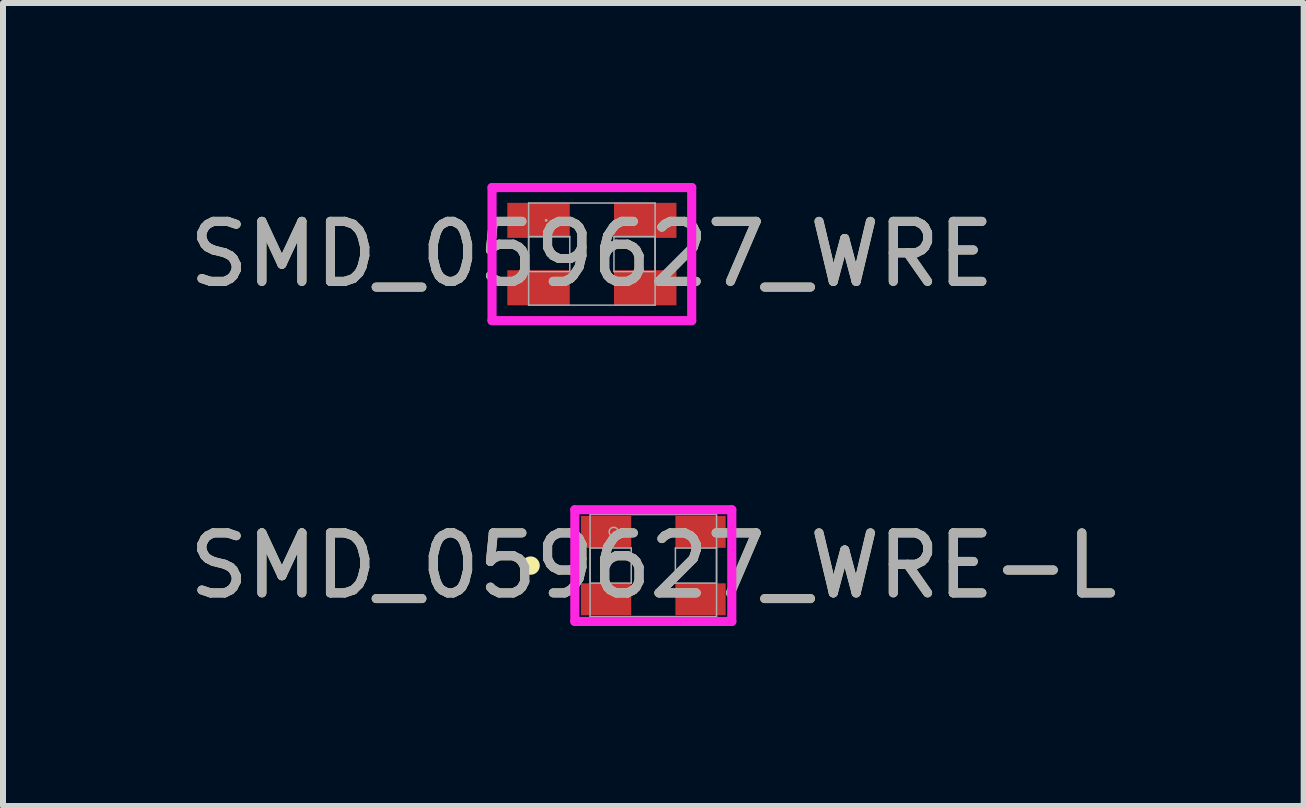
<source format=kicad_pcb>
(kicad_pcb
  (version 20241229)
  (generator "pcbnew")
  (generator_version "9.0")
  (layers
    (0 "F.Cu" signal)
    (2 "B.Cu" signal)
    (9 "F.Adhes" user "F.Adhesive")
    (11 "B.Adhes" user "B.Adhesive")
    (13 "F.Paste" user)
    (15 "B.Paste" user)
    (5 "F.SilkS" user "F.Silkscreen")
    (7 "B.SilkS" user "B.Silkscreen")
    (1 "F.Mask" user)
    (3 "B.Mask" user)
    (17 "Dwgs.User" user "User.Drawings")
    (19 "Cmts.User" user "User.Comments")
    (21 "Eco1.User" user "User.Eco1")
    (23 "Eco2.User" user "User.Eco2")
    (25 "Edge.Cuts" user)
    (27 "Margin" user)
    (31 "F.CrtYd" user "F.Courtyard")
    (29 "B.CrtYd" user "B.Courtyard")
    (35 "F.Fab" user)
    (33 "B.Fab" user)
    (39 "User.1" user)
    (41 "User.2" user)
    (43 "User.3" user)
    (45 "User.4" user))
  (footprint "SMD_059627_WRE-L"
    (layer "F.Cu")
    (at 7.839 6.377)
    (property "Reference" "SMD_059627_WRE-L" (at 0 0 0) (unlocked yes) (layer "F.SilkS") (effects (font (size 1 1) (thickness 0.15))))
    (attr smd)
    (fp_circle (center -2.045 0) (end -1.968 0) (stroke (width 0.152) (type solid)) (fill no) (layer "F.SilkS"))
    (fp_line (start -1.308 -0.931) (end 1.308 -0.931) (stroke (width 0.152) (type solid)) (layer "F.CrtYd"))
    (fp_line (start -1.308 0.931) (end -1.308 -0.931) (stroke (width 0.152) (type solid)) (layer "F.CrtYd"))
    (fp_line (start 1.308 -0.931) (end 1.308 0.931) (stroke (width 0.152) (type solid)) (layer "F.CrtYd"))
    (fp_line (start 1.308 0.931) (end -1.308 0.931) (stroke (width 0.152) (type solid)) (layer "F.CrtYd"))
    (fp_line (start -1.054 -0.851) (end -1.054 0.851) (stroke (width 0.025) (type solid)) (layer "F.Fab"))
    (fp_line (start -1.054 -0.292) (end -1.054 0.292) (stroke (width 0.025) (type solid)) (layer "F.Fab"))
    (fp_line (start -1.054 0.292) (end -0.368 0.292) (stroke (width 0.025) (type solid)) (layer "F.Fab"))
    (fp_line (start -1.054 0.851) (end 1.054 0.851) (stroke (width 0.025) (type solid)) (layer "F.Fab"))
    (fp_line (start -0.368 -0.292) (end -1.054 -0.292) (stroke (width 0.025) (type solid)) (layer "F.Fab"))
    (fp_line (start -0.368 0.292) (end -0.368 -0.292) (stroke (width 0.025) (type solid)) (layer "F.Fab"))
    (fp_line (start 0.368 -0.292) (end 0.368 0.292) (stroke (width 0.025) (type solid)) (layer "F.Fab"))
    (fp_line (start 0.368 0.292) (end 1.054 0.292) (stroke (width 0.025) (type solid)) (layer "F.Fab"))
    (fp_line (start 1.054 -0.851) (end -1.054 -0.851) (stroke (width 0.025) (type solid)) (layer "F.Fab"))
    (fp_line (start 1.054 -0.292) (end 0.368 -0.292) (stroke (width 0.025) (type solid)) (layer "F.Fab"))
    (fp_line (start 1.054 0.292) (end 1.054 -0.292) (stroke (width 0.025) (type solid)) (layer "F.Fab"))
    (fp_line (start 1.054 0.851) (end 1.054 -0.851) (stroke (width 0.025) (type solid)) (layer "F.Fab"))
    (fp_circle (center -0.66 -0.562) (end -0.584 -0.562) (stroke (width 0.025) (type solid)) (fill no) (layer "F.Fab"))
    (fp_text user "${REFERENCE}" (at 0 0 0) (unlocked yes) (layer "F.Fab") (effects (font (size 1 1) (thickness 0.15))))
    (pad "1" smd rect (at -0.787 0.562) (size 0.838 0.533) (layers "F.Cu" "F.Mask" "F.Paste"))
    (pad "2" smd rect (at 0.787 0.562) (size 0.838 0.533) (layers "F.Cu" "F.Mask" "F.Paste"))
    (pad "3" smd rect (at 0.787 -0.562) (size 0.838 0.533) (layers "F.Cu" "F.Mask" "F.Paste"))
    (pad "4" smd rect (at -0.787 -0.562) (size 0.838 0.533) (layers "F.Cu" "F.Mask" "F.Paste"))
    (zone (net_name "") (layer "F.Cu") (hatch full 0.508) (connect_pads) (min_thickness 0.254) (filled_areas_thickness no) (keepout (tracks not_allowed) (vias not_allowed) (pads allowed) (copperpour not_allowed) (footprints allowed)) (placement (enabled no)) (fill) (polygon (pts (xy 7.522 5.577) (xy 8.157 5.577) (xy 8.157 7.177) (xy 7.522 7.177)))))
  (footprint "SMD_059627_WRE"
    (layer "F.Cu")
    (at 6.815 1.185)
    (property "Reference" "SMD_059627_WRE" (at 0 0 0) (unlocked yes) (layer "F.SilkS") (effects (font (size 1 1) (thickness 0.15))))
    (attr smd)
    (fp_line (start -1.664 -1.109) (end 1.664 -1.109) (stroke (width 0.152) (type solid)) (layer "F.CrtYd"))
    (fp_line (start -1.664 1.109) (end -1.664 -1.109) (stroke (width 0.152) (type solid)) (layer "F.CrtYd"))
    (fp_line (start 1.664 -1.109) (end 1.664 1.109) (stroke (width 0.152) (type solid)) (layer "F.CrtYd"))
    (fp_line (start 1.664 1.109) (end -1.664 1.109) (stroke (width 0.152) (type solid)) (layer "F.CrtYd"))
    (fp_line (start -1.054 -0.851) (end -1.054 0.851) (stroke (width 0.025) (type solid)) (layer "F.Fab"))
    (fp_line (start -1.054 -0.292) (end -1.054 0.292) (stroke (width 0.025) (type solid)) (layer "F.Fab"))
    (fp_line (start -1.054 0.292) (end -0.368 0.292) (stroke (width 0.025) (type solid)) (layer "F.Fab"))
    (fp_line (start -1.054 0.851) (end 1.054 0.851) (stroke (width 0.025) (type solid)) (layer "F.Fab"))
    (fp_line (start -0.368 -0.292) (end -1.054 -0.292) (stroke (width 0.025) (type solid)) (layer "F.Fab"))
    (fp_line (start -0.368 0.292) (end -0.368 -0.292) (stroke (width 0.025) (type solid)) (layer "F.Fab"))
    (fp_line (start 0.368 -0.292) (end 0.368 0.292) (stroke (width 0.025) (type solid)) (layer "F.Fab"))
    (fp_line (start 0.368 0.292) (end 1.054 0.292) (stroke (width 0.025) (type solid)) (layer "F.Fab"))
    (fp_line (start 1.054 -0.851) (end -1.054 -0.851) (stroke (width 0.025) (type solid)) (layer "F.Fab"))
    (fp_line (start 1.054 -0.292) (end 0.368 -0.292) (stroke (width 0.025) (type solid)) (layer "F.Fab"))
    (fp_line (start 1.054 0.292) (end 1.054 -0.292) (stroke (width 0.025) (type solid)) (layer "F.Fab"))
    (fp_line (start 1.054 0.851) (end 1.054 -0.851) (stroke (width 0.025) (type solid)) (layer "F.Fab"))
    (fp_circle (center -0.762 -0.562) (end -0.762 -0.562) (stroke (width 0.025) (type solid)) (fill no) (layer "F.Fab"))
    (fp_text user "${REFERENCE}" (at 0 0 0) (unlocked yes) (layer "F.Fab") (effects (font (size 1 1) (thickness 0.15))))
    (pad "1" smd rect (at -0.889 0.562) (size 1.041 0.584) (layers "F.Cu" "F.Mask" "F.Paste"))
    (pad "2" smd rect (at 0.889 0.562) (size 1.041 0.584) (layers "F.Cu" "F.Mask" "F.Paste"))
    (pad "3" smd rect (at 0.889 -0.562) (size 1.041 0.584) (layers "F.Cu" "F.Mask" "F.Paste"))
    (pad "4" smd rect (at -0.889 -0.562) (size 1.041 0.584) (layers "F.Cu" "F.Mask" "F.Paste"))
    (zone (net_name "") (layer "F.Cu") (hatch full 0.508) (connect_pads) (min_thickness 0.254) (filled_areas_thickness no) (keepout (tracks not_allowed) (vias not_allowed) (pads allowed) (copperpour not_allowed) (footprints allowed)) (placement (enabled no)) (fill) (polygon (pts (xy 6.498 0.385) (xy 7.133 0.385) (xy 7.133 1.985) (xy 6.498 1.985)))))
  (gr_rect
    (start -3 -3)
    (end 18.679 10.384)
    (stroke (width 0.1) (type default))
    (fill no)
    (layer "Edge.Cuts")))
</source>
